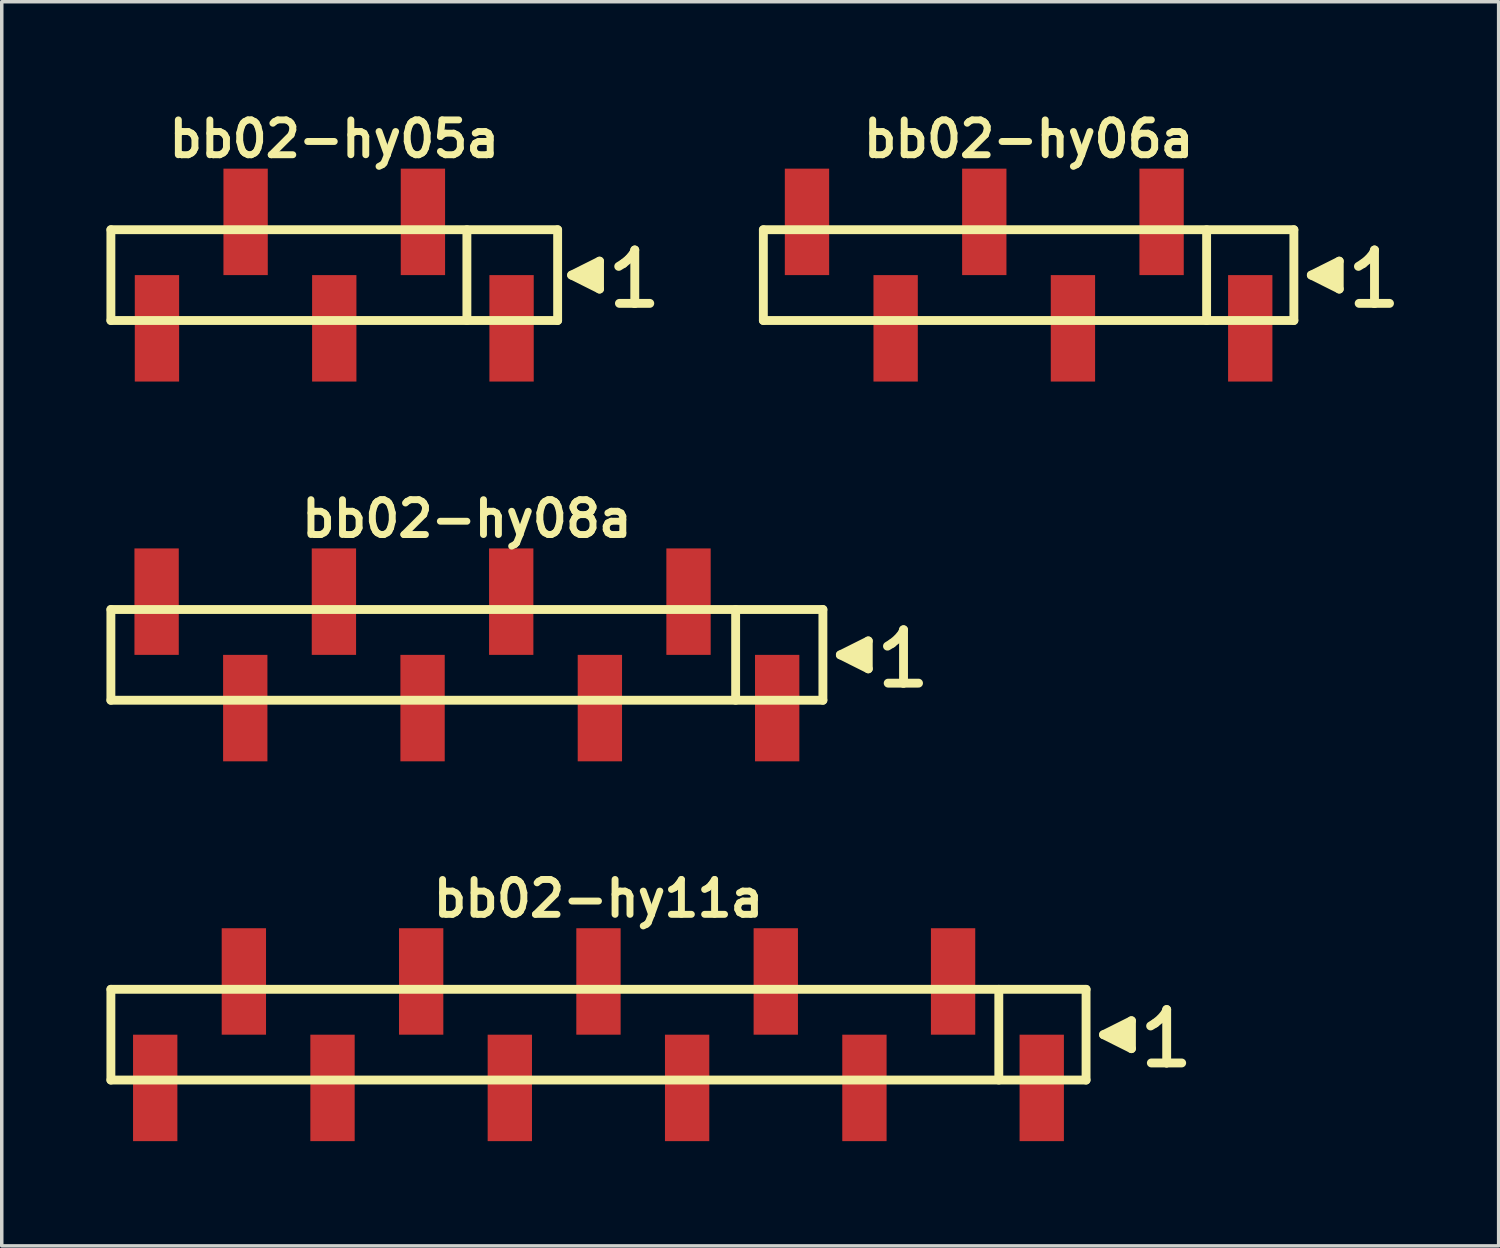
<source format=kicad_pcb>
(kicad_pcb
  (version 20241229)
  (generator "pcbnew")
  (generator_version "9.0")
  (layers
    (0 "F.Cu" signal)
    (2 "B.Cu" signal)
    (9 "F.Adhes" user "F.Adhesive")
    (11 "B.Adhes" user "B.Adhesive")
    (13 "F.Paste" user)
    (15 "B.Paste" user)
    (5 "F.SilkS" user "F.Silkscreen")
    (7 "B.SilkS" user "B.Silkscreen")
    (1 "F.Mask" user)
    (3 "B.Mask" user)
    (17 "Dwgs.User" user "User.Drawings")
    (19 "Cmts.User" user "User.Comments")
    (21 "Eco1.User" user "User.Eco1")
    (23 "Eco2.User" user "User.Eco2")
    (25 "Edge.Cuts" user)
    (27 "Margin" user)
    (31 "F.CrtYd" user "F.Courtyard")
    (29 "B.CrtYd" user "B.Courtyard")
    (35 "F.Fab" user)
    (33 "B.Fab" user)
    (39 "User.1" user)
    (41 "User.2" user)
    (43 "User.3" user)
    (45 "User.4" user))
  (footprint "bb02-hy08a"
    (layer "F.Cu")
    (at 10.327 15.713)
    (property "Reference" "bb02-hy08a" (at 0 -3.9 0) (layer "F.SilkS") (effects (font (size 0.998 0.998) (thickness 0.198))))
    (attr smd)
    (fp_line (start -10.2 -1.3) (end 10.2 -1.3) (stroke (width 0.254) (type solid)) (layer "F.SilkS"))
    (fp_line (start -10.2 1.3) (end -10.2 -1.3) (stroke (width 0.254) (type solid)) (layer "F.SilkS"))
    (fp_line (start 7.7 1.3) (end 7.7 -1.3) (stroke (width 0.254) (type solid)) (layer "F.SilkS"))
    (fp_line (start 10.2 -1.3) (end 10.2 1.3) (stroke (width 0.254) (type solid)) (layer "F.SilkS"))
    (fp_line (start 10.2 1.3) (end -10.2 1.3) (stroke (width 0.254) (type solid)) (layer "F.SilkS"))
    (fp_line (start 10.7 0) (end 11.5 0.4) (stroke (width 0.254) (type solid)) (layer "F.SilkS"))
    (fp_line (start 11 0.1) (end 11 -0.1) (stroke (width 0.254) (type solid)) (layer "F.SilkS"))
    (fp_line (start 11.1 -0.1) (end 11.1 0.1) (stroke (width 0.254) (type solid)) (layer "F.SilkS"))
    (fp_line (start 11.2 0.2) (end 11.2 -0.2) (stroke (width 0.254) (type solid)) (layer "F.SilkS"))
    (fp_line (start 11.3 -0.2) (end 11.3 0.2) (stroke (width 0.254) (type solid)) (layer "F.SilkS"))
    (fp_line (start 11.4 0.3) (end 11.4 -0.3) (stroke (width 0.254) (type solid)) (layer "F.SilkS"))
    (fp_line (start 11.5 -0.4) (end 10.7 0) (stroke (width 0.254) (type solid)) (layer "F.SilkS"))
    (fp_line (start 11.5 0.4) (end 11.5 -0.4) (stroke (width 0.254) (type solid)) (layer "F.SilkS"))
    (fp_line (start 12.05 -0.25) (end 12.18 -0.33) (stroke (width 0.254) (type solid)) (layer "F.SilkS"))
    (fp_line (start 12.18 -0.33) (end 12.34 -0.46) (stroke (width 0.254) (type solid)) (layer "F.SilkS"))
    (fp_line (start 12.34 -0.46) (end 12.48 -0.63) (stroke (width 0.254) (type solid)) (layer "F.SilkS"))
    (fp_line (start 12.48 -0.63) (end 12.51 -0.72) (stroke (width 0.254) (type solid)) (layer "F.SilkS"))
    (fp_line (start 12.51 -0.72) (end 12.51 0.81) (stroke (width 0.254) (type solid)) (layer "F.SilkS"))
    (fp_line (start 12.51 0.81) (end 12.07 0.81) (stroke (width 0.254) (type solid)) (layer "F.SilkS"))
    (fp_line (start 12.94 0.81) (end 12.5 0.81) (stroke (width 0.254) (type solid)) (layer "F.SilkS"))
    (pad "1" smd rect (at 8.89 1.525) (size 1.27 3.05) (layers "F.Cu" "F.Mask" "F.Paste"))
    (pad "2" smd rect (at 6.35 -1.525) (size 1.27 3.05) (layers "F.Cu" "F.Mask" "F.Paste"))
    (pad "3" smd rect (at 3.81 1.525) (size 1.27 3.05) (layers "F.Cu" "F.Mask" "F.Paste"))
    (pad "4" smd rect (at 1.27 -1.525) (size 1.27 3.05) (layers "F.Cu" "F.Mask" "F.Paste"))
    (pad "5" smd rect (at -1.27 1.525) (size 1.27 3.05) (layers "F.Cu" "F.Mask" "F.Paste"))
    (pad "6" smd rect (at -3.81 -1.525) (size 1.27 3.05) (layers "F.Cu" "F.Mask" "F.Paste"))
    (pad "7" smd rect (at -6.35 1.525) (size 1.27 3.05) (layers "F.Cu" "F.Mask" "F.Paste"))
    (pad "8" smd rect (at -8.89 -1.525) (size 1.27 3.05) (layers "F.Cu" "F.Mask" "F.Paste")))
  (footprint "bb02-hy05a"
    (layer "F.Cu")
    (at 6.527 4.832)
    (property "Reference" "bb02-hy05a" (at 0 -3.9 0) (layer "F.SilkS") (effects (font (size 0.998 0.998) (thickness 0.198))))
    (attr smd)
    (fp_line (start -6.4 -1.3) (end 6.4 -1.3) (stroke (width 0.254) (type solid)) (layer "F.SilkS"))
    (fp_line (start -6.4 1.3) (end -6.4 -1.3) (stroke (width 0.254) (type solid)) (layer "F.SilkS"))
    (fp_line (start 3.8 1.3) (end 3.8 -1.3) (stroke (width 0.254) (type solid)) (layer "F.SilkS"))
    (fp_line (start 6.4 -1.3) (end 6.4 1.3) (stroke (width 0.254) (type solid)) (layer "F.SilkS"))
    (fp_line (start 6.4 1.3) (end -6.4 1.3) (stroke (width 0.254) (type solid)) (layer "F.SilkS"))
    (fp_line (start 6.8 0) (end 7.6 0.4) (stroke (width 0.254) (type solid)) (layer "F.SilkS"))
    (fp_line (start 7.1 0.1) (end 7.1 -0.1) (stroke (width 0.254) (type solid)) (layer "F.SilkS"))
    (fp_line (start 7.2 -0.1) (end 7.2 0.1) (stroke (width 0.254) (type solid)) (layer "F.SilkS"))
    (fp_line (start 7.3 0.2) (end 7.3 -0.2) (stroke (width 0.254) (type solid)) (layer "F.SilkS"))
    (fp_line (start 7.4 -0.2) (end 7.4 0.2) (stroke (width 0.254) (type solid)) (layer "F.SilkS"))
    (fp_line (start 7.5 0.3) (end 7.5 -0.3) (stroke (width 0.254) (type solid)) (layer "F.SilkS"))
    (fp_line (start 7.6 -0.4) (end 6.8 0) (stroke (width 0.254) (type solid)) (layer "F.SilkS"))
    (fp_line (start 7.6 0.4) (end 7.6 -0.4) (stroke (width 0.254) (type solid)) (layer "F.SilkS"))
    (fp_line (start 8.15 -0.25) (end 8.28 -0.33) (stroke (width 0.254) (type solid)) (layer "F.SilkS"))
    (fp_line (start 8.28 -0.33) (end 8.44 -0.46) (stroke (width 0.254) (type solid)) (layer "F.SilkS"))
    (fp_line (start 8.44 -0.46) (end 8.58 -0.63) (stroke (width 0.254) (type solid)) (layer "F.SilkS"))
    (fp_line (start 8.58 -0.63) (end 8.61 -0.72) (stroke (width 0.254) (type solid)) (layer "F.SilkS"))
    (fp_line (start 8.61 -0.72) (end 8.61 0.81) (stroke (width 0.254) (type solid)) (layer "F.SilkS"))
    (fp_line (start 8.61 0.81) (end 8.17 0.81) (stroke (width 0.254) (type solid)) (layer "F.SilkS"))
    (fp_line (start 9.04 0.81) (end 8.6 0.81) (stroke (width 0.254) (type solid)) (layer "F.SilkS"))
    (pad "1" smd rect (at 5.08 1.525) (size 1.27 3.05) (layers "F.Cu" "F.Mask" "F.Paste"))
    (pad "2" smd rect (at 2.54 -1.525) (size 1.27 3.05) (layers "F.Cu" "F.Mask" "F.Paste"))
    (pad "3" smd rect (at 0 1.525) (size 1.27 3.05) (layers "F.Cu" "F.Mask" "F.Paste"))
    (pad "4" smd rect (at -2.54 -1.525) (size 1.27 3.05) (layers "F.Cu" "F.Mask" "F.Paste"))
    (pad "5" smd rect (at -5.08 1.525) (size 1.27 3.05) (layers "F.Cu" "F.Mask" "F.Paste")))
  (footprint "bb02-hy06a"
    (layer "F.Cu")
    (at 26.421 4.832)
    (property "Reference" "bb02-hy06a" (at 0 -3.9 0) (layer "F.SilkS") (effects (font (size 0.998 0.998) (thickness 0.198))))
    (attr smd)
    (fp_line (start -7.6 -1.3) (end 7.6 -1.3) (stroke (width 0.254) (type solid)) (layer "F.SilkS"))
    (fp_line (start -7.6 1.3) (end -7.6 -1.3) (stroke (width 0.254) (type solid)) (layer "F.SilkS"))
    (fp_line (start 5.1 1.3) (end 5.1 -1.3) (stroke (width 0.254) (type solid)) (layer "F.SilkS"))
    (fp_line (start 7.6 -1.3) (end 7.6 1.3) (stroke (width 0.254) (type solid)) (layer "F.SilkS"))
    (fp_line (start 7.6 1.3) (end -7.6 1.3) (stroke (width 0.254) (type solid)) (layer "F.SilkS"))
    (fp_line (start 8.1 0) (end 8.9 0.4) (stroke (width 0.254) (type solid)) (layer "F.SilkS"))
    (fp_line (start 8.4 0.1) (end 8.4 -0.1) (stroke (width 0.254) (type solid)) (layer "F.SilkS"))
    (fp_line (start 8.5 -0.1) (end 8.5 0.1) (stroke (width 0.254) (type solid)) (layer "F.SilkS"))
    (fp_line (start 8.6 0.2) (end 8.6 -0.2) (stroke (width 0.254) (type solid)) (layer "F.SilkS"))
    (fp_line (start 8.7 -0.2) (end 8.7 0.2) (stroke (width 0.254) (type solid)) (layer "F.SilkS"))
    (fp_line (start 8.8 0.3) (end 8.8 -0.3) (stroke (width 0.254) (type solid)) (layer "F.SilkS"))
    (fp_line (start 8.9 -0.4) (end 8.1 0) (stroke (width 0.254) (type solid)) (layer "F.SilkS"))
    (fp_line (start 8.9 0.4) (end 8.9 -0.4) (stroke (width 0.254) (type solid)) (layer "F.SilkS"))
    (fp_line (start 9.45 -0.25) (end 9.58 -0.33) (stroke (width 0.254) (type solid)) (layer "F.SilkS"))
    (fp_line (start 9.58 -0.33) (end 9.74 -0.46) (stroke (width 0.254) (type solid)) (layer "F.SilkS"))
    (fp_line (start 9.74 -0.46) (end 9.88 -0.63) (stroke (width 0.254) (type solid)) (layer "F.SilkS"))
    (fp_line (start 9.88 -0.63) (end 9.91 -0.72) (stroke (width 0.254) (type solid)) (layer "F.SilkS"))
    (fp_line (start 9.91 -0.72) (end 9.91 0.81) (stroke (width 0.254) (type solid)) (layer "F.SilkS"))
    (fp_line (start 9.91 0.81) (end 9.47 0.81) (stroke (width 0.254) (type solid)) (layer "F.SilkS"))
    (fp_line (start 10.34 0.81) (end 9.9 0.81) (stroke (width 0.254) (type solid)) (layer "F.SilkS"))
    (pad "1" smd rect (at 6.35 1.525) (size 1.27 3.05) (layers "F.Cu" "F.Mask" "F.Paste"))
    (pad "2" smd rect (at 3.81 -1.525) (size 1.27 3.05) (layers "F.Cu" "F.Mask" "F.Paste"))
    (pad "3" smd rect (at 1.27 1.525) (size 1.27 3.05) (layers "F.Cu" "F.Mask" "F.Paste"))
    (pad "4" smd rect (at -1.27 -1.525) (size 1.27 3.05) (layers "F.Cu" "F.Mask" "F.Paste"))
    (pad "5" smd rect (at -3.81 1.525) (size 1.27 3.05) (layers "F.Cu" "F.Mask" "F.Paste"))
    (pad "6" smd rect (at -6.35 -1.525) (size 1.27 3.05) (layers "F.Cu" "F.Mask" "F.Paste")))
  (footprint "bb02-hy11a"
    (layer "F.Cu")
    (at 14.097 26.595)
    (property "Reference" "bb02-hy11a" (at 0 -3.9 0) (layer "F.SilkS") (effects (font (size 0.998 0.998) (thickness 0.198))))
    (attr smd)
    (fp_line (start -13.97 -1.3) (end 13.97 -1.3) (stroke (width 0.254) (type solid)) (layer "F.SilkS"))
    (fp_line (start -13.97 1.3) (end -13.97 -1.3) (stroke (width 0.254) (type solid)) (layer "F.SilkS"))
    (fp_line (start 11.47 1.3) (end 11.47 -1.3) (stroke (width 0.254) (type solid)) (layer "F.SilkS"))
    (fp_line (start 13.97 -1.3) (end 13.97 1.3) (stroke (width 0.254) (type solid)) (layer "F.SilkS"))
    (fp_line (start 13.97 1.3) (end -13.97 1.3) (stroke (width 0.254) (type solid)) (layer "F.SilkS"))
    (fp_line (start 14.47 0) (end 15.27 0.4) (stroke (width 0.254) (type solid)) (layer "F.SilkS"))
    (fp_line (start 14.77 0.1) (end 14.77 -0.1) (stroke (width 0.254) (type solid)) (layer "F.SilkS"))
    (fp_line (start 14.87 -0.1) (end 14.87 0.1) (stroke (width 0.254) (type solid)) (layer "F.SilkS"))
    (fp_line (start 14.97 0.2) (end 14.97 -0.2) (stroke (width 0.254) (type solid)) (layer "F.SilkS"))
    (fp_line (start 15.07 -0.2) (end 15.07 0.2) (stroke (width 0.254) (type solid)) (layer "F.SilkS"))
    (fp_line (start 15.17 0.3) (end 15.17 -0.3) (stroke (width 0.254) (type solid)) (layer "F.SilkS"))
    (fp_line (start 15.27 -0.4) (end 14.47 0) (stroke (width 0.254) (type solid)) (layer "F.SilkS"))
    (fp_line (start 15.27 0.4) (end 15.27 -0.4) (stroke (width 0.254) (type solid)) (layer "F.SilkS"))
    (fp_line (start 15.82 -0.25) (end 15.95 -0.33) (stroke (width 0.254) (type solid)) (layer "F.SilkS"))
    (fp_line (start 15.95 -0.33) (end 16.11 -0.46) (stroke (width 0.254) (type solid)) (layer "F.SilkS"))
    (fp_line (start 16.11 -0.46) (end 16.25 -0.63) (stroke (width 0.254) (type solid)) (layer "F.SilkS"))
    (fp_line (start 16.25 -0.63) (end 16.28 -0.72) (stroke (width 0.254) (type solid)) (layer "F.SilkS"))
    (fp_line (start 16.28 -0.72) (end 16.28 0.81) (stroke (width 0.254) (type solid)) (layer "F.SilkS"))
    (fp_line (start 16.28 0.81) (end 15.84 0.81) (stroke (width 0.254) (type solid)) (layer "F.SilkS"))
    (fp_line (start 16.71 0.81) (end 16.27 0.81) (stroke (width 0.254) (type solid)) (layer "F.SilkS"))
    (pad "1" smd rect (at 12.7 1.525) (size 1.27 3.05) (layers "F.Cu" "F.Mask" "F.Paste"))
    (pad "2" smd rect (at 10.16 -1.525) (size 1.27 3.05) (layers "F.Cu" "F.Mask" "F.Paste"))
    (pad "3" smd rect (at 7.62 1.525) (size 1.27 3.05) (layers "F.Cu" "F.Mask" "F.Paste"))
    (pad "4" smd rect (at 5.08 -1.525) (size 1.27 3.05) (layers "F.Cu" "F.Mask" "F.Paste"))
    (pad "5" smd rect (at 2.54 1.525) (size 1.27 3.05) (layers "F.Cu" "F.Mask" "F.Paste"))
    (pad "6" smd rect (at 0 -1.525) (size 1.27 3.05) (layers "F.Cu" "F.Mask" "F.Paste"))
    (pad "7" smd rect (at -2.54 1.525) (size 1.27 3.05) (layers "F.Cu" "F.Mask" "F.Paste"))
    (pad "8" smd rect (at -5.08 -1.525) (size 1.27 3.05) (layers "F.Cu" "F.Mask" "F.Paste"))
    (pad "9" smd rect (at -7.62 1.525) (size 1.27 3.05) (layers "F.Cu" "F.Mask" "F.Paste"))
    (pad "10" smd rect (at -10.16 -1.525) (size 1.27 3.05) (layers "F.Cu" "F.Mask" "F.Paste"))
    (pad "11" smd rect (at -12.7 1.525) (size 1.27 3.05) (layers "F.Cu" "F.Mask" "F.Paste")))
  (gr_rect
    (start -3 -3)
    (end 39.888 32.645)
    (stroke (width 0.1) (type default))
    (fill no)
    (layer "Edge.Cuts")))
</source>
